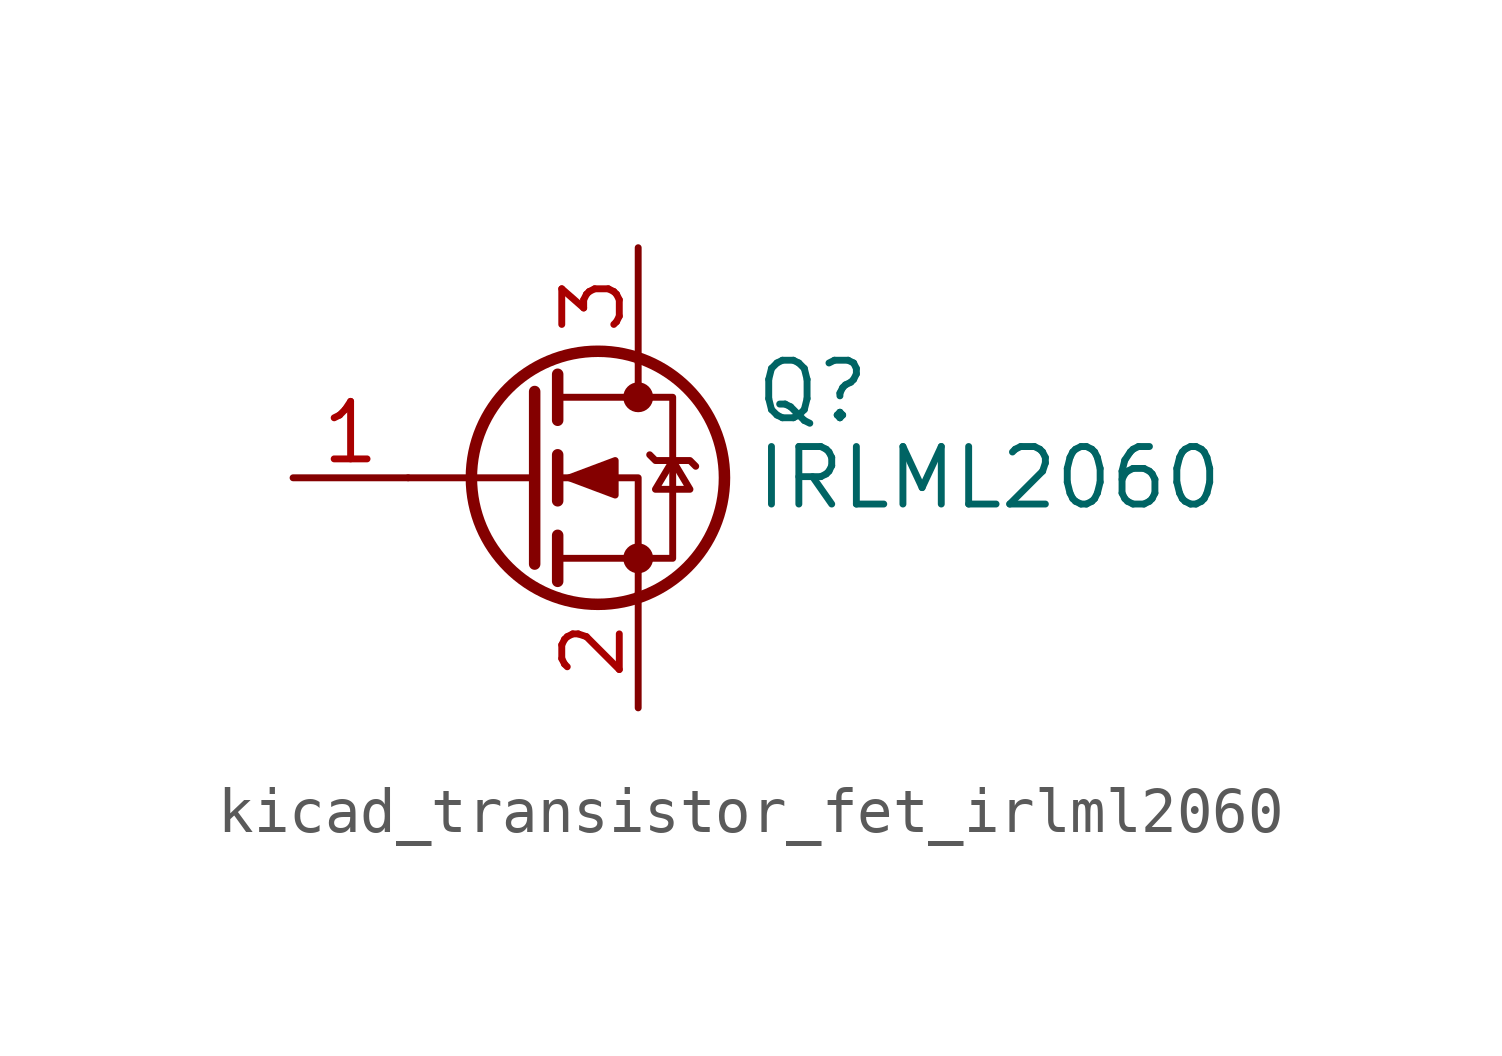
<source format=kicad_sym>
(kicad_symbol_lib
  (version 20220914)
  (generator kicad_symbol_editor)
  (symbol "kicad_transistor_fet_irlml2060"
    (pin_names hide)
    (property "Reference" "Q"
      (at 5.08 1.905 0)
      (effects (font (size 1.27 1.27)) (justify left)))
    (property "Value" "IRLML2060"
      (at 5.08 0 0)
      (effects (font (size 1.27 1.27)) (justify left)))
    (symbol "kicad_transistor_fet_irlml2060_0_1"
      (polyline (pts (xy 0.254 0) (xy -2.54 0)) (stroke (width 0) (type default)) (fill (type none)))
      (polyline (pts (xy 0.254 1.905) (xy 0.254 -1.905)) (stroke (width 0.254) (type default)) (fill (type none)))
      (polyline (pts (xy 0.762 -1.27) (xy 0.762 -2.286)) (stroke (width 0.254) (type default)) (fill (type none)))
      (polyline (pts (xy 0.762 0.508) (xy 0.762 -0.508)) (stroke (width 0.254) (type default)) (fill (type none)))
      (polyline (pts (xy 0.762 2.286) (xy 0.762 1.27)) (stroke (width 0.254) (type default)) (fill (type none)))
      (polyline (pts (xy 2.54 2.54) (xy 2.54 1.778)) (stroke (width 0) (type default)) (fill (type none)))
      (polyline (pts (xy 2.54 -2.54) (xy 2.54 0) (xy 0.762 0)) (stroke (width 0) (type default)) (fill (type none)))
      (polyline (pts (xy 0.762 -1.778) (xy 3.302 -1.778) (xy 3.302 1.778) (xy 0.762 1.778)) (stroke (width 0) (type default)) (fill (type none)))
      (polyline (pts (xy 1.016 0) (xy 2.032 0.381) (xy 2.032 -0.381) (xy 1.016 0)) (stroke (width 0) (type default)) (fill (type outline)))
      (polyline (pts (xy 2.794 0.508) (xy 2.921 0.381) (xy 3.683 0.381) (xy 3.81 0.254)) (stroke (width 0) (type default)) (fill (type none)))
      (polyline (pts (xy 3.302 0.381) (xy 2.921 -0.254) (xy 3.683 -0.254) (xy 3.302 0.381)) (stroke (width 0) (type default)) (fill (type none)))
      (circle (center 1.651 0) (radius 2.794) (stroke (width 0.254) (type default)) (fill (type none)))
      (circle (center 2.54 -1.778) (radius 0.254) (stroke (width 0) (type default)) (fill (type outline)))
      (circle (center 2.54 1.778) (radius 0.254) (stroke (width 0) (type default)) (fill (type outline))))
    (symbol "kicad_transistor_fet_irlml2060_1_1"
      (pin input line (at -5.08 0 0) (length 2.54) (name "G" (effects (font (size 1.27 1.27)))) (number "1" (effects (font (size 1.27 1.27)))))
      (pin passive line (at 2.54 -5.08 90) (length 2.54) (name "S" (effects (font (size 1.27 1.27)))) (number "2" (effects (font (size 1.27 1.27)))))
      (pin passive line (at 2.54 5.08 270) (length 2.54) (name "D" (effects (font (size 1.27 1.27)))) (number "3" (effects (font (size 1.27 1.27))))))))
</source>
